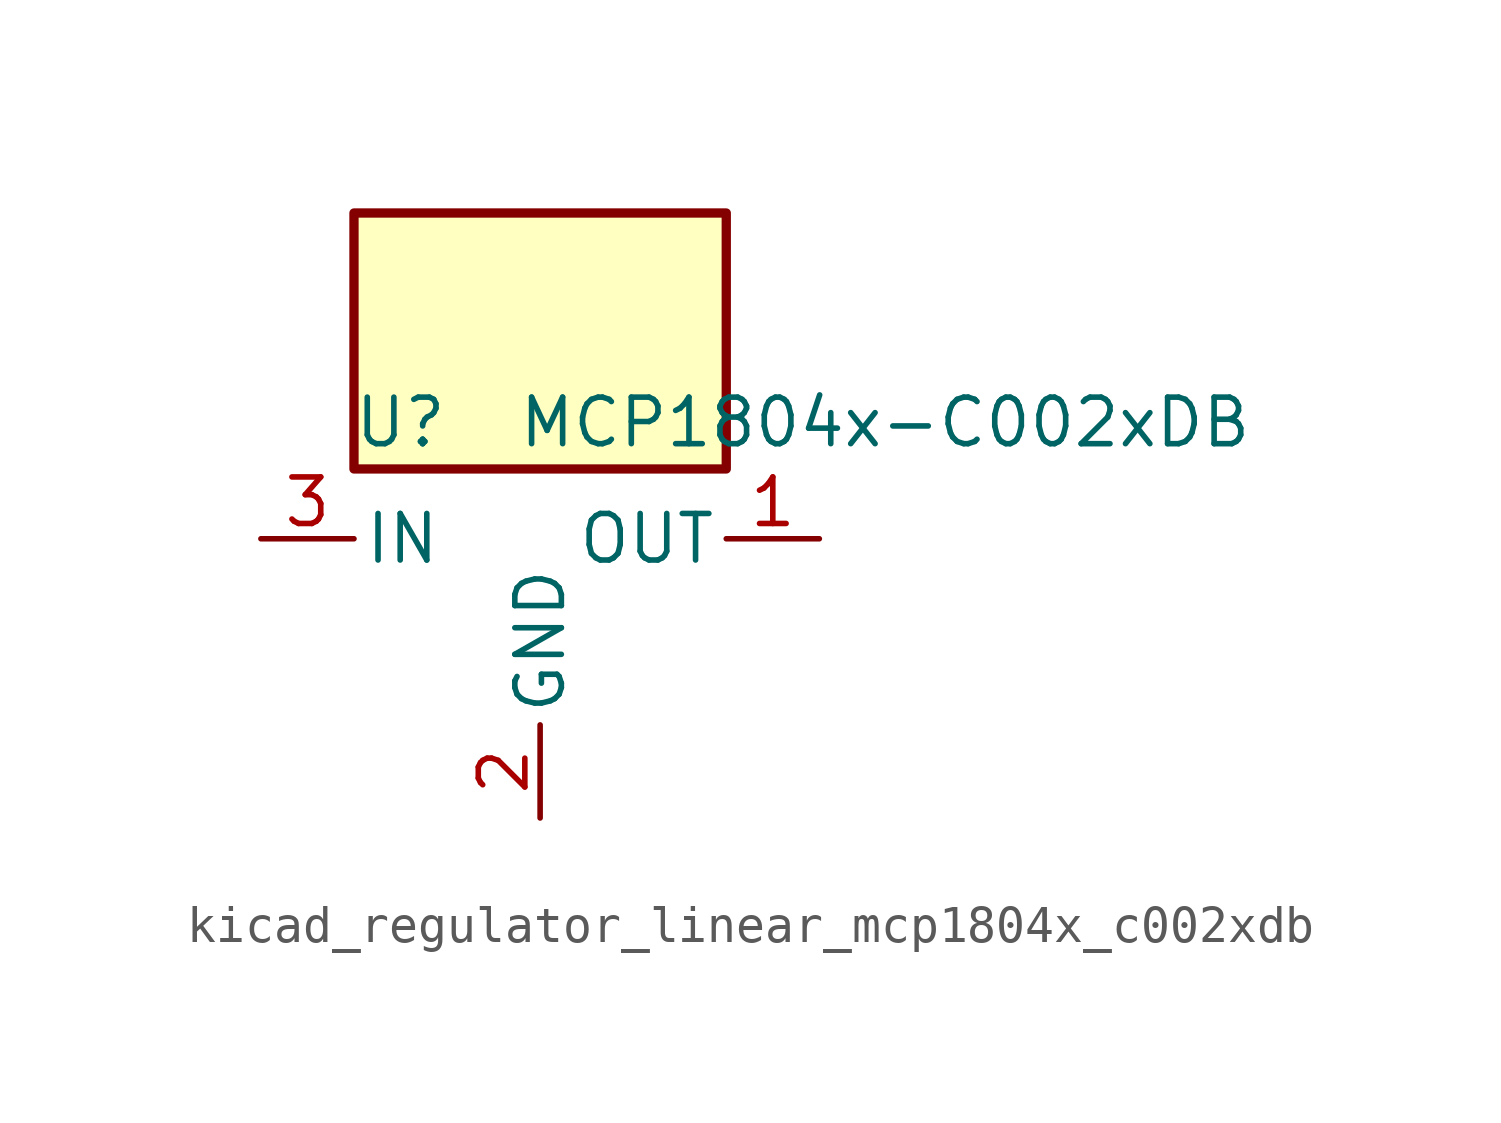
<source format=kicad_sym>
(kicad_symbol_lib
  (version 20220914)
  (generator kicad_symbol_editor)
  (symbol "kicad_regulator_linear_mcp1804x_c002xdb"
    (pin_names
      (offset 0.254))
    (property "Reference" "U"
      (at -3.81 3.175 0)
      (effects (font (size 1.27 1.27))))
    (property "Value" "MCP1804x-C002xDB"
      (at -0.635 3.175 0)
      (effects (font (size 1.27 1.27)) (justify left)))
    (symbol "kicad_regulator_linear_mcp1804x_c002xdb_0_1"
      (rectangle (start 5.08 8.89) (end -5.08 1.905) (stroke (width 0.254) (type default)) (fill (type background))))
    (symbol "kicad_regulator_linear_mcp1804x_c002xdb_1_1"
      (pin power_out line (at 7.62 0 180) (length 2.54) (name "OUT" (effects (font (size 1.27 1.27)))) (number "1" (effects (font (size 1.27 1.27)))))
      (pin power_in line (at 0 -7.62 90) (length 2.54) (name "GND" (effects (font (size 1.27 1.27)))) (number "2" (effects (font (size 1.27 1.27)))))
      (pin power_in line (at -7.62 0 0) (length 2.54) (name "IN" (effects (font (size 1.27 1.27)))) (number "3" (effects (font (size 1.27 1.27))))))))
</source>
